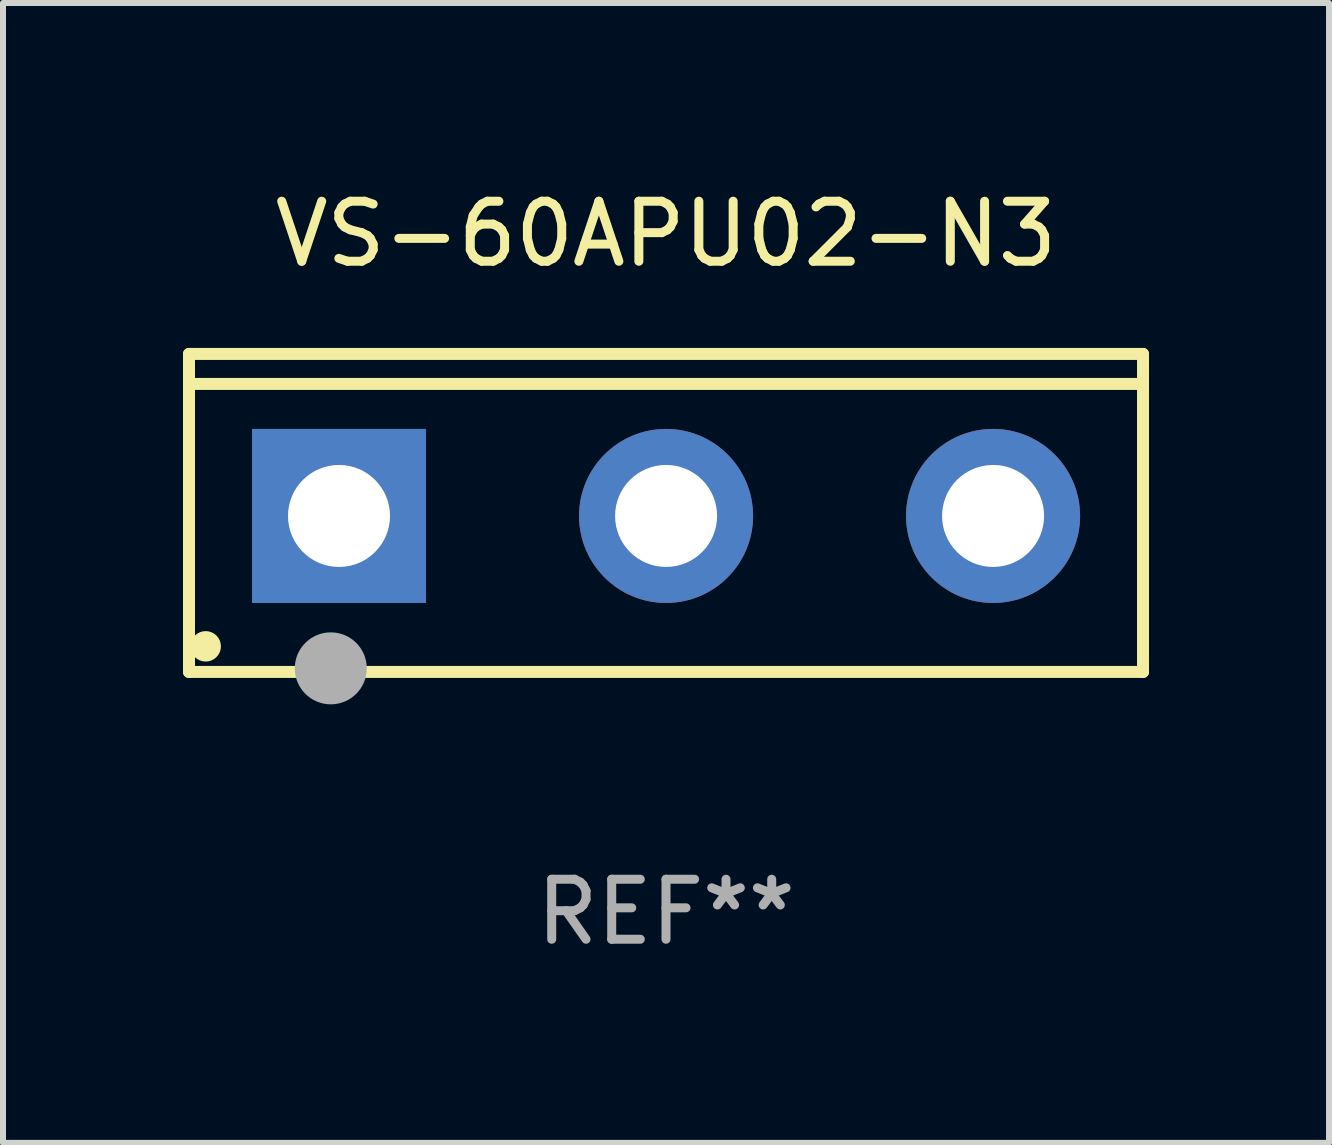
<source format=kicad_pcb>
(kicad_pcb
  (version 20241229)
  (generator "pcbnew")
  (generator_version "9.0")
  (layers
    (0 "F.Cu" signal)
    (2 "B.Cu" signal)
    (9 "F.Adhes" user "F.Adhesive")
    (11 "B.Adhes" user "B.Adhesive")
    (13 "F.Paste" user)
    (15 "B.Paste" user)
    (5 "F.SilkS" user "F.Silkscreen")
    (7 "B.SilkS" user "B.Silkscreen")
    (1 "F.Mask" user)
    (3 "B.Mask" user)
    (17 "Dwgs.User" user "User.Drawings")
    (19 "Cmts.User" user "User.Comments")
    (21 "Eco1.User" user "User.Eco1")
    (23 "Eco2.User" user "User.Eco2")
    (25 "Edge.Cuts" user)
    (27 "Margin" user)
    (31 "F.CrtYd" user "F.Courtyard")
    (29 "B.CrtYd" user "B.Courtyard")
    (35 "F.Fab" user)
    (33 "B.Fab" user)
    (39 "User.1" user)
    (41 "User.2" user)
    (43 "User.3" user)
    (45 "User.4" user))
  (footprint "VS-60APU02-N3"
    (layer "F.Cu")
    (at 8.05 5.499)
    (property "Reference" "VS-60APU02-N3" (at 0 -4.65 0) (layer "F.SilkS") (effects (font (size 1 1) (thickness 0.15))))
    (attr through_hole)
    (fp_line (start -7.95 -2.65) (end -7.95 2.65) (stroke (width 0.2) (type solid)) (layer "F.SilkS"))
    (fp_line (start -7.95 -2.15) (end 7.95 -2.15) (stroke (width 0.2) (type solid)) (layer "F.SilkS"))
    (fp_line (start -7.95 2.65) (end 7.95 2.65) (stroke (width 0.2) (type solid)) (layer "F.SilkS"))
    (fp_line (start 7.95 -2.65) (end -7.95 -2.65) (stroke (width 0.2) (type solid)) (layer "F.SilkS"))
    (fp_line (start 7.95 2.65) (end 7.95 -2.65) (stroke (width 0.2) (type solid)) (layer "F.SilkS"))
    (fp_circle (center -7.672 2.223) (end -7.545 2.223) (stroke (width 0.254) (type solid)) (fill no) (layer "F.SilkS"))
    (fp_circle (center -5.587 2.59) (end -5.287 2.59) (stroke (width 0.6) (type solid)) (fill no) (layer "F.Fab"))
    (fp_text user "REF**" (at 0 6.65 0) (layer "F.Fab") (effects (font (size 1 1) (thickness 0.15))))
    (pad "1" thru_hole rect (at -5.45 0.05) (size 2.9 2.9) (drill 1.7) (layers "*.Cu" "*.Mask"))
    (pad "2" thru_hole circle (at 0.001 0.05) (size 2.9 2.9) (drill 1.7) (layers "*.Cu" "*.Mask"))
    (pad "3" thru_hole circle (at 5.451 0.05) (size 2.9 2.9) (drill 1.7) (layers "*.Cu" "*.Mask")))
  (gr_rect
    (start -3 -3)
    (end 19.1 15.997)
    (stroke (width 0.1) (type default))
    (fill no)
    (layer "Edge.Cuts")))
</source>
